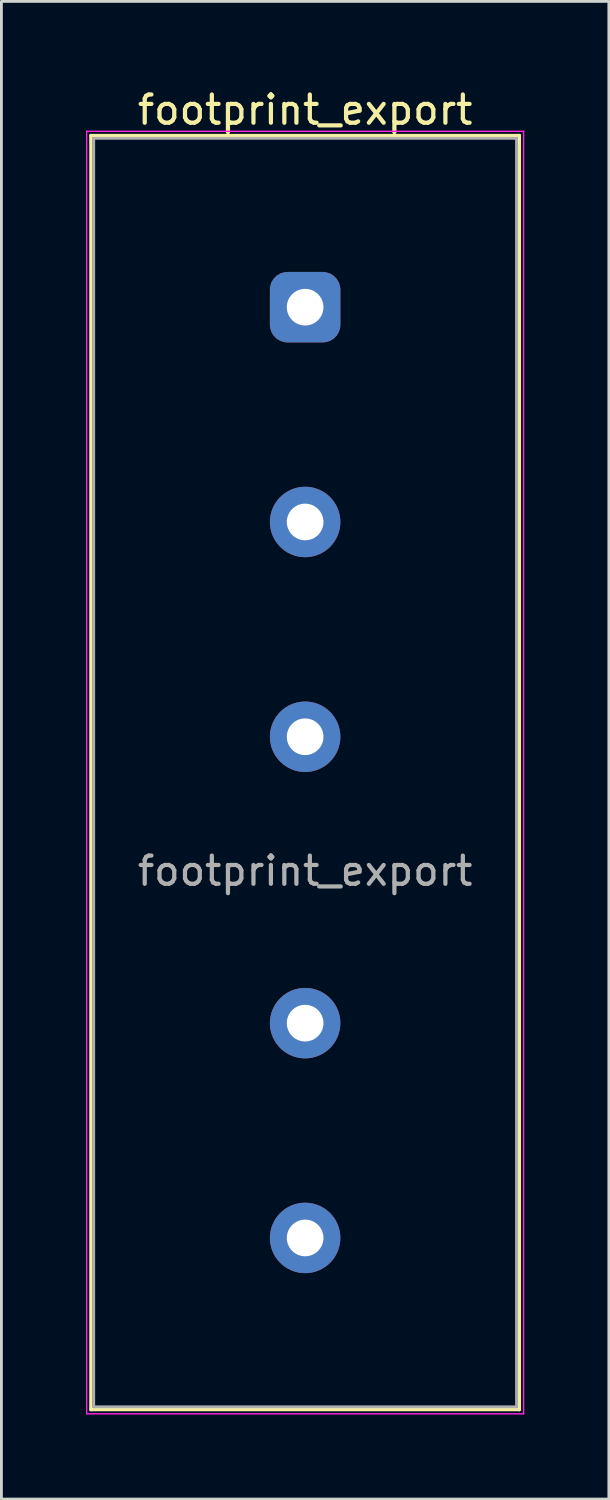
<source format=kicad_pcb>
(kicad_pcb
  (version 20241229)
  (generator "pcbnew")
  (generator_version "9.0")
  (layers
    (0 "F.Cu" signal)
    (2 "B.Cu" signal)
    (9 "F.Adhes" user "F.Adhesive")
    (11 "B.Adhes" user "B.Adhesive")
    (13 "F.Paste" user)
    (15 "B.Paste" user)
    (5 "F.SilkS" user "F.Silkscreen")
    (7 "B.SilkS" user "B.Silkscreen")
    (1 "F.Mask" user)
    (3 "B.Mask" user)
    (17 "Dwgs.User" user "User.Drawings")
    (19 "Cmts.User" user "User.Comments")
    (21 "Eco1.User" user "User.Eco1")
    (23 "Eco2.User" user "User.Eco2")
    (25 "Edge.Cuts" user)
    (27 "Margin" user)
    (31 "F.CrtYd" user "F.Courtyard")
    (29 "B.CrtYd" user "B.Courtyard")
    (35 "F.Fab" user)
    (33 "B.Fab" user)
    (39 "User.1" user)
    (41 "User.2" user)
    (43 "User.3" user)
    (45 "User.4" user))
  (footprint "footprint_export"
    (layer "F.Cu")
    (at 7.775 7.848)
    (property "Reference" "footprint_export" (at 0 -7 0) (layer "F.SilkS") (effects (font (size 1 1) (thickness 0.15))))
    (attr through_hole)
    (fp_line (start -7.6 -6.09) (end -7.6 39.11) (stroke (width 0.12) (type solid)) (layer "F.SilkS"))
    (fp_line (start -7.6 -6.09) (end 7.6 -6.09) (stroke (width 0.12) (type solid)) (layer "F.SilkS"))
    (fp_line (start -7.6 39.11) (end 7.6 39.11) (stroke (width 0.12) (type solid)) (layer "F.SilkS"))
    (fp_line (start 7.6 39.11) (end 7.6 -6.09) (stroke (width 0.12) (type solid)) (layer "F.SilkS"))
    (fp_line (start -7.75 -6.24) (end -7.75 39.26) (stroke (width 0.05) (type solid)) (layer "F.CrtYd"))
    (fp_line (start -7.75 -6.24) (end 7.75 -6.24) (stroke (width 0.05) (type solid)) (layer "F.CrtYd"))
    (fp_line (start -7.75 39.26) (end 7.75 39.26) (stroke (width 0.05) (type solid)) (layer "F.CrtYd"))
    (fp_line (start 7.75 -6.24) (end 7.75 39.26) (stroke (width 0.05) (type solid)) (layer "F.CrtYd"))
    (fp_line (start -7.5 -5.99) (end -7.5 39.01) (stroke (width 0.1) (type solid)) (layer "F.Fab"))
    (fp_line (start -7.5 -5.99) (end 7.5 -5.99) (stroke (width 0.1) (type solid)) (layer "F.Fab"))
    (fp_line (start -7.5 39.01) (end 7.5 39.01) (stroke (width 0.1) (type solid)) (layer "F.Fab"))
    (fp_line (start 7.5 -5.99) (end 7.5 39.01) (stroke (width 0.1) (type solid)) (layer "F.Fab"))
    (fp_text user "${REFERENCE}" (at 0 20 0) (layer "F.Fab") (effects (font (size 1 1) (thickness 0.15))))
    (pad "1" thru_hole roundrect (at 0 0) (size 2.5 2.5) (drill 1.3) (layers "*.Cu" "*.Mask") (roundrect_rratio 0.25))
    (pad "2" thru_hole circle (at 0 7.62) (size 2.5 2.5) (drill 1.3) (layers "*.Cu" "*.Mask"))
    (pad "3" thru_hole circle (at 0 15.24) (size 2.5 2.5) (drill 1.3) (layers "*.Cu" "*.Mask"))
    (pad "4" thru_hole circle (at 0 25.4) (size 2.5 2.5) (drill 1.3) (layers "*.Cu" "*.Mask"))
    (pad "5" thru_hole circle (at 0 33.02) (size 2.5 2.5) (drill 1.3) (layers "*.Cu" "*.Mask")))
  (gr_rect
    (start -3 -3)
    (end 18.55 50.133)
    (stroke (width 0.1) (type default))
    (fill no)
    (layer "Edge.Cuts")))
</source>
